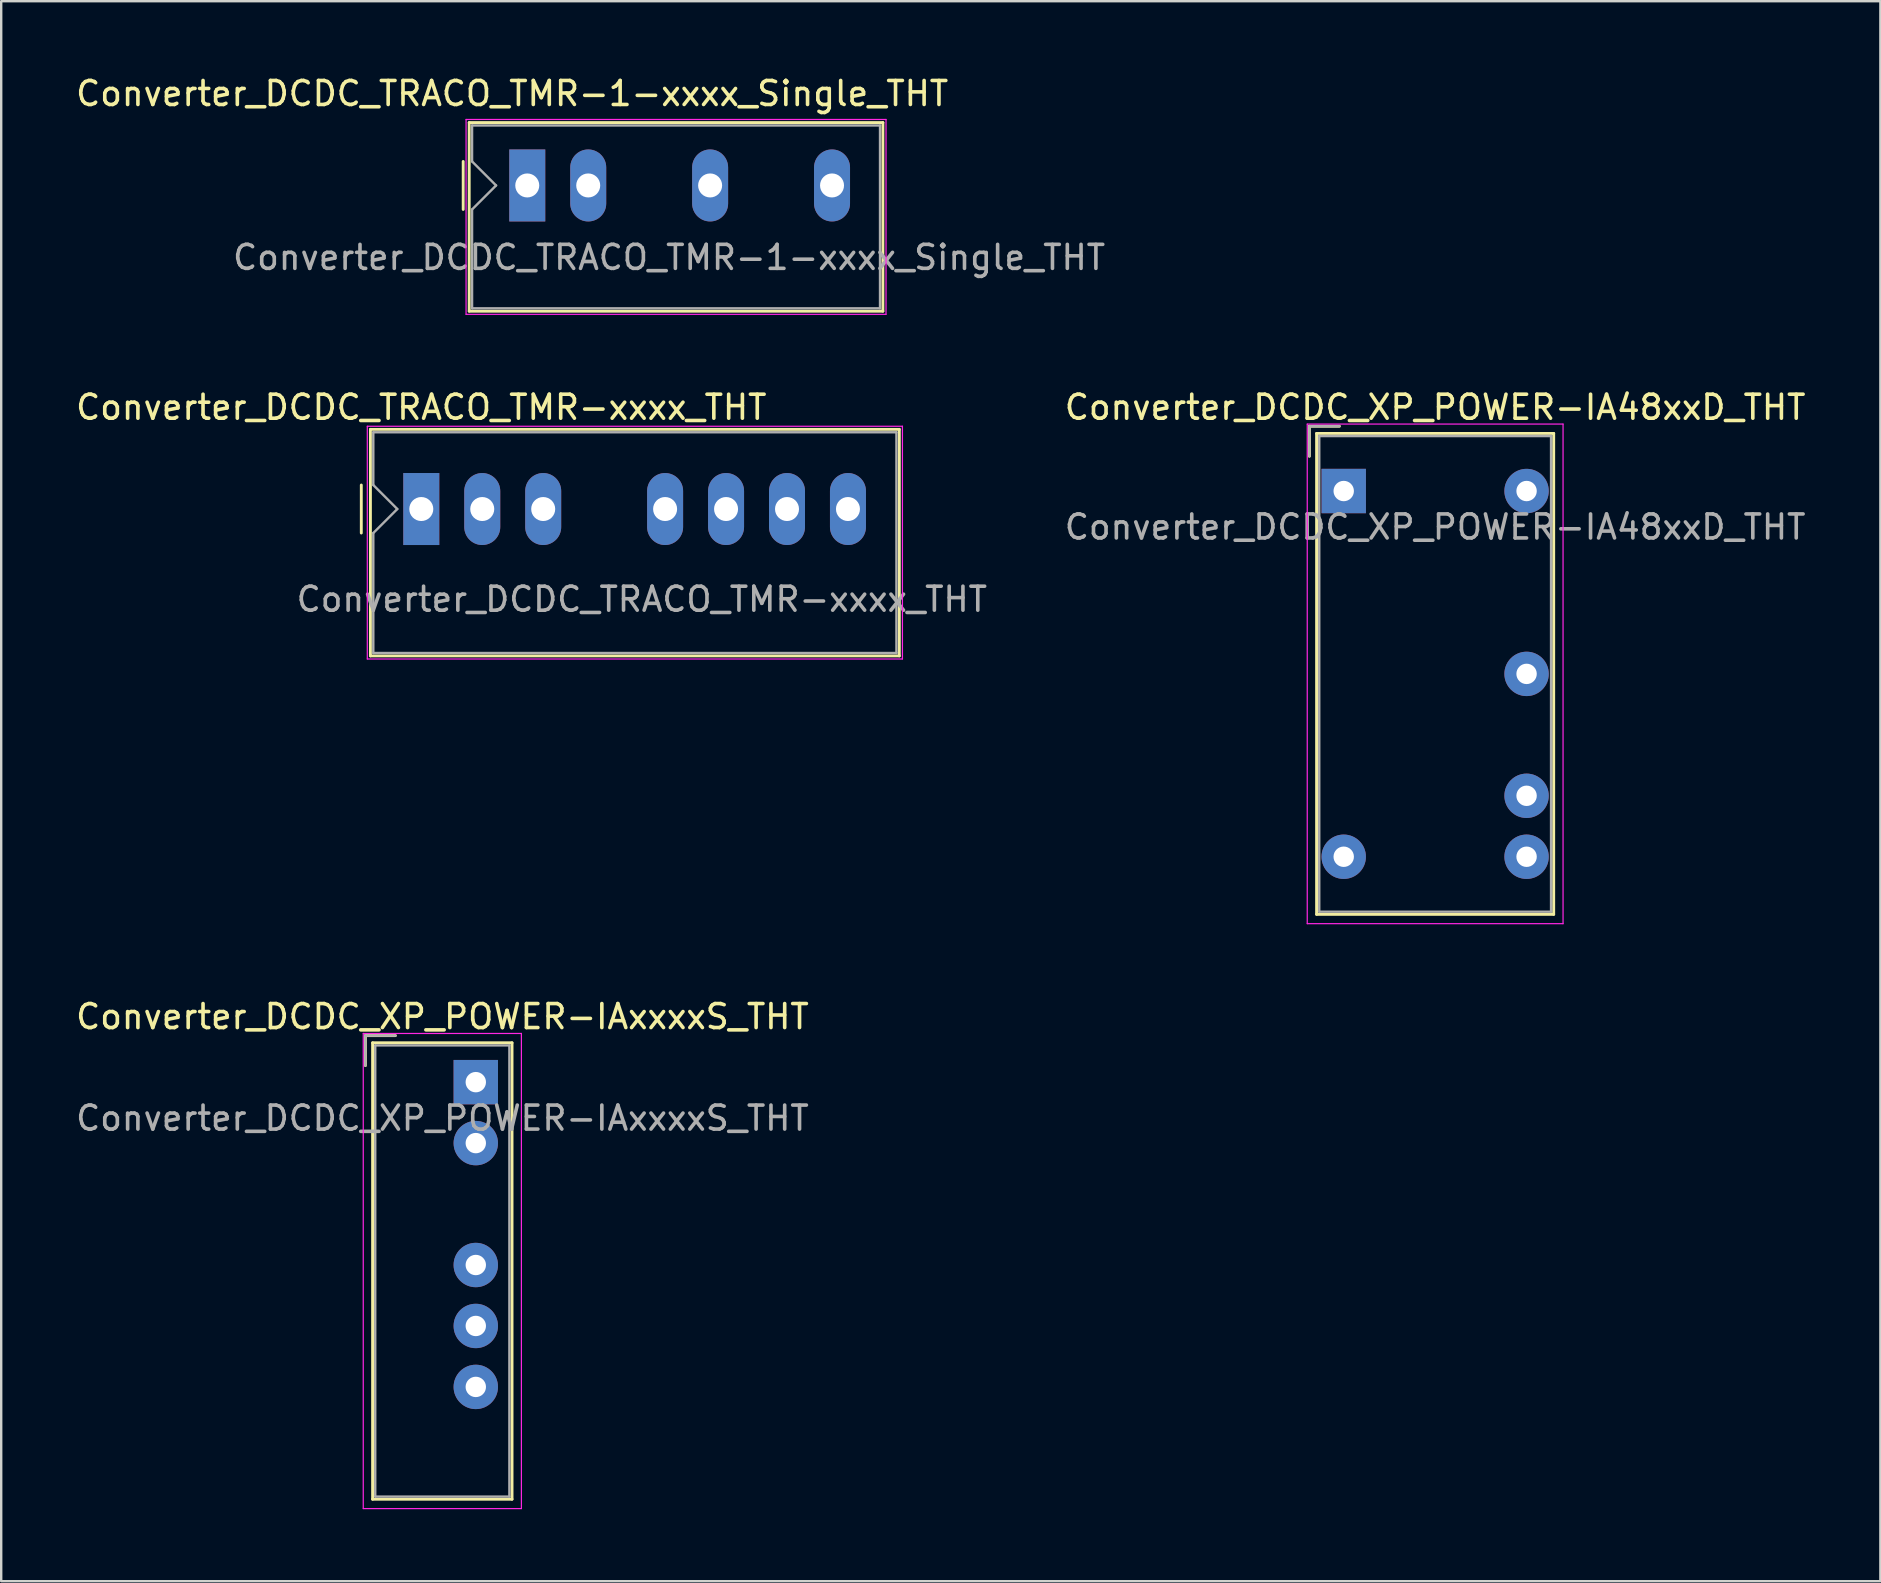
<source format=kicad_pcb>
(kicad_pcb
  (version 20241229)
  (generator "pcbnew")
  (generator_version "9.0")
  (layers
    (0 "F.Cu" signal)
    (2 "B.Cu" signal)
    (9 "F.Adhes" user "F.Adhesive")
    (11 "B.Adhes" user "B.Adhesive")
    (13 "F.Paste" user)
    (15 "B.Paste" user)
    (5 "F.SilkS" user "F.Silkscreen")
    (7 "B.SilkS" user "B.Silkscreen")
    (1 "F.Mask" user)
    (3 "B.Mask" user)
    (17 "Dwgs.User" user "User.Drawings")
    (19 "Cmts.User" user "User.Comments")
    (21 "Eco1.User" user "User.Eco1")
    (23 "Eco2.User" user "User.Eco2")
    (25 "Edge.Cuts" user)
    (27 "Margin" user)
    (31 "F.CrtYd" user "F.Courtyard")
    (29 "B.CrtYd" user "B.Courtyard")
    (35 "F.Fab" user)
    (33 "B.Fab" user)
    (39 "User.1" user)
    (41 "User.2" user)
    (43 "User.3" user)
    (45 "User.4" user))
  (footprint "Converter_DCDC_XP_POWER-IA48xxD_THT"
    (layer "F.Cu")
    (at 52.945 17.412)
    (property "Reference" "Converter_DCDC_XP_POWER-IA48xxD_THT" (at 3.81 -3.49 0) (layer "F.SilkS") (effects (font (size 1 1) (thickness 0.15))))
    (attr through_hole)
    (fp_line (start -1.43 -2.7) (end -1.43 -1.45) (stroke (width 0.12) (type solid)) (layer "F.SilkS"))
    (fp_line (start -1.13 -2.4) (end -1.13 17.64) (stroke (width 0.12) (type solid)) (layer "F.SilkS"))
    (fp_line (start -1.13 17.64) (end 8.75 17.64) (stroke (width 0.12) (type solid)) (layer "F.SilkS"))
    (fp_line (start -0.18 -2.7) (end -1.43 -2.7) (stroke (width 0.12) (type solid)) (layer "F.SilkS"))
    (fp_line (start 8.75 -2.4) (end -1.13 -2.4) (stroke (width 0.12) (type solid)) (layer "F.SilkS"))
    (fp_line (start 8.75 17.64) (end 8.75 -2.4) (stroke (width 0.12) (type solid)) (layer "F.SilkS"))
    (fp_line (start -1.52 -2.79) (end -1.52 18.03) (stroke (width 0.05) (type solid)) (layer "F.CrtYd"))
    (fp_line (start -1.52 18.03) (end 9.14 18.03) (stroke (width 0.05) (type solid)) (layer "F.CrtYd"))
    (fp_line (start 9.14 -2.79) (end -1.52 -2.79) (stroke (width 0.05) (type solid)) (layer "F.CrtYd"))
    (fp_line (start 9.14 18.03) (end 9.14 -2.79) (stroke (width 0.05) (type solid)) (layer "F.CrtYd"))
    (fp_line (start -1.43 -2.7) (end -1.43 -1.45) (stroke (width 0.1) (type solid)) (layer "F.Fab"))
    (fp_line (start -1.02 -2.29) (end -1.02 17.53) (stroke (width 0.1) (type solid)) (layer "F.Fab"))
    (fp_line (start -1.02 17.53) (end 8.64 17.53) (stroke (width 0.1) (type solid)) (layer "F.Fab"))
    (fp_line (start -0.18 -2.7) (end -1.43 -2.7) (stroke (width 0.1) (type solid)) (layer "F.Fab"))
    (fp_line (start 8.64 -2.29) (end -1.02 -2.29) (stroke (width 0.1) (type solid)) (layer "F.Fab"))
    (fp_line (start 8.64 17.53) (end 8.64 -2.29) (stroke (width 0.1) (type solid)) (layer "F.Fab"))
    (fp_text user "${REFERENCE}" (at 3.81 1.5 0) (layer "F.Fab") (effects (font (size 1 1) (thickness 0.15))))
    (pad "1" thru_hole rect (at 0 0) (size 1.85 1.85) (drill 0.85) (layers "*.Cu" "*.Mask"))
    (pad "2" thru_hole circle (at 0 15.24) (size 1.85 1.85) (drill 0.85) (layers "*.Cu" "*.Mask"))
    (pad "3" thru_hole circle (at 7.62 0) (size 1.85 1.85) (drill 0.85) (layers "*.Cu" "*.Mask"))
    (pad "4" thru_hole circle (at 7.62 7.62) (size 1.85 1.85) (drill 0.85) (layers "*.Cu" "*.Mask"))
    (pad "5" thru_hole circle (at 7.62 12.7) (size 1.85 1.85) (drill 0.85) (layers "*.Cu" "*.Mask"))
    (pad "6" thru_hole circle (at 7.62 15.24) (size 1.85 1.85) (drill 0.85) (layers "*.Cu" "*.Mask")))
  (footprint "Converter_DCDC_TRACO_TMR-1-xxxx_Single_THT"
    (layer "F.Cu")
    (at 18.922 4.678)
    (property "Reference" "Converter_DCDC_TRACO_TMR-1-xxxx_Single_THT" (at -0.63 -3.83 0) (layer "F.SilkS") (effects (font (size 1 1) (thickness 0.15))))
    (attr through_hole)
    (fp_line (start -2.67 -1) (end -2.67 1) (stroke (width 0.12) (type solid)) (layer "F.SilkS"))
    (fp_line (start -2.42 -2.62) (end 14.82 -2.62) (stroke (width 0.12) (type solid)) (layer "F.SilkS"))
    (fp_line (start -2.42 5.24) (end -2.42 -2.62) (stroke (width 0.12) (type solid)) (layer "F.SilkS"))
    (fp_line (start 14.82 -2.62) (end 14.82 5.24) (stroke (width 0.12) (type solid)) (layer "F.SilkS"))
    (fp_line (start 14.82 5.24) (end -2.42 5.24) (stroke (width 0.12) (type solid)) (layer "F.SilkS"))
    (fp_line (start -2.55 -2.75) (end -2.55 5.37) (stroke (width 0.05) (type solid)) (layer "F.CrtYd"))
    (fp_line (start -2.55 -2.75) (end 14.95 -2.75) (stroke (width 0.05) (type solid)) (layer "F.CrtYd"))
    (fp_line (start -2.55 5.37) (end 14.95 5.37) (stroke (width 0.05) (type solid)) (layer "F.CrtYd"))
    (fp_line (start 14.95 -2.75) (end 14.95 5.37) (stroke (width 0.05) (type solid)) (layer "F.CrtYd"))
    (fp_line (start -2.3 -1) (end -2.3 -2.5) (stroke (width 0.1) (type solid)) (layer "F.Fab"))
    (fp_line (start -2.3 -1) (end -1.3 0) (stroke (width 0.1) (type solid)) (layer "F.Fab"))
    (fp_line (start -2.3 1) (end -2.3 5.12) (stroke (width 0.1) (type solid)) (layer "F.Fab"))
    (fp_line (start -1.3 0) (end -2.3 1) (stroke (width 0.1) (type solid)) (layer "F.Fab"))
    (fp_line (start 14.7 -2.5) (end -2.3 -2.5) (stroke (width 0.1) (type solid)) (layer "F.Fab"))
    (fp_line (start 14.7 -2.5) (end 14.7 5.12) (stroke (width 0.1) (type solid)) (layer "F.Fab"))
    (fp_line (start 14.7 5.12) (end -2.3 5.12) (stroke (width 0.1) (type solid)) (layer "F.Fab"))
    (fp_text user "${REFERENCE}" (at 5.91 3 0) (layer "F.Fab") (effects (font (size 1 1) (thickness 0.15))))
    (pad "1" thru_hole rect (at 0 0) (size 1.5 3) (drill 1) (layers "*.Cu" "*.Mask"))
    (pad "2" thru_hole oval (at 2.54 0) (size 1.5 3) (drill 1) (layers "*.Cu" "*.Mask"))
    (pad "4" thru_hole oval (at 7.62 0) (size 1.5 3) (drill 1) (layers "*.Cu" "*.Mask"))
    (pad "6" thru_hole oval (at 12.7 0) (size 1.5 3) (drill 1) (layers "*.Cu" "*.Mask")))
  (footprint "Converter_DCDC_XP_POWER-IAxxxxS_THT"
    (layer "F.Cu")
    (at 16.777 42.045)
    (property "Reference" "Converter_DCDC_XP_POWER-IAxxxxS_THT" (at -1.39 -2.73 0) (layer "F.SilkS") (effects (font (size 1 1) (thickness 0.15))))
    (attr through_hole)
    (fp_line (start -4.6 -1.94) (end -4.6 -0.69) (stroke (width 0.12) (type solid)) (layer "F.SilkS"))
    (fp_line (start -4.3 -1.64) (end -4.3 17.38) (stroke (width 0.12) (type solid)) (layer "F.SilkS"))
    (fp_line (start -4.3 17.38) (end 1.51 17.38) (stroke (width 0.12) (type solid)) (layer "F.SilkS"))
    (fp_line (start -3.35 -1.94) (end -4.6 -1.94) (stroke (width 0.12) (type solid)) (layer "F.SilkS"))
    (fp_line (start 1.51 -1.64) (end -4.3 -1.64) (stroke (width 0.12) (type solid)) (layer "F.SilkS"))
    (fp_line (start 1.51 17.38) (end 1.51 -1.64) (stroke (width 0.12) (type solid)) (layer "F.SilkS"))
    (fp_line (start -4.69 -2.03) (end -4.69 17.77) (stroke (width 0.05) (type solid)) (layer "F.CrtYd"))
    (fp_line (start -4.69 17.77) (end 1.9 17.77) (stroke (width 0.05) (type solid)) (layer "F.CrtYd"))
    (fp_line (start 1.9 -2.03) (end -4.69 -2.03) (stroke (width 0.05) (type solid)) (layer "F.CrtYd"))
    (fp_line (start 1.9 17.77) (end 1.9 -2.03) (stroke (width 0.05) (type solid)) (layer "F.CrtYd"))
    (fp_line (start -4.6 -1.94) (end -4.6 -0.69) (stroke (width 0.1) (type solid)) (layer "F.Fab"))
    (fp_line (start -4.19 -1.53) (end -4.19 17.27) (stroke (width 0.1) (type solid)) (layer "F.Fab"))
    (fp_line (start -4.19 17.27) (end 1.4 17.27) (stroke (width 0.1) (type solid)) (layer "F.Fab"))
    (fp_line (start -3.35 -1.94) (end -4.6 -1.94) (stroke (width 0.1) (type solid)) (layer "F.Fab"))
    (fp_line (start 1.4 -1.53) (end -4.19 -1.53) (stroke (width 0.1) (type solid)) (layer "F.Fab"))
    (fp_line (start 1.4 17.27) (end 1.4 -1.53) (stroke (width 0.1) (type solid)) (layer "F.Fab"))
    (fp_text user "${REFERENCE}" (at -1.39 1.5 0) (layer "F.Fab") (effects (font (size 1 1) (thickness 0.15))))
    (pad "1" thru_hole rect (at 0 0) (size 1.85 1.85) (drill 0.85) (layers "*.Cu" "*.Mask"))
    (pad "2" thru_hole circle (at 0 2.54) (size 1.85 1.85) (drill 0.85) (layers "*.Cu" "*.Mask"))
    (pad "4" thru_hole circle (at 0 7.62) (size 1.85 1.85) (drill 0.85) (layers "*.Cu" "*.Mask"))
    (pad "5" thru_hole circle (at 0 10.16) (size 1.85 1.85) (drill 0.85) (layers "*.Cu" "*.Mask"))
    (pad "6" thru_hole circle (at 0 12.7) (size 1.85 1.85) (drill 0.85) (layers "*.Cu" "*.Mask")))
  (footprint "Converter_DCDC_TRACO_TMR-xxxx_THT"
    (layer "F.Cu")
    (at 14.506 18.162)
    (property "Reference" "Converter_DCDC_TRACO_TMR-xxxx_THT" (at 0 -4.24 0) (layer "F.SilkS") (effects (font (size 1 1) (thickness 0.15))))
    (attr through_hole)
    (fp_line (start -2.5 -1) (end -2.5 1) (stroke (width 0.12) (type solid)) (layer "F.SilkS"))
    (fp_line (start -2.12 -3.32) (end 19.92 -3.32) (stroke (width 0.12) (type solid)) (layer "F.SilkS"))
    (fp_line (start -2.12 6.12) (end -2.12 -3.32) (stroke (width 0.12) (type solid)) (layer "F.SilkS"))
    (fp_line (start 19.92 -3.32) (end 19.92 6.12) (stroke (width 0.12) (type solid)) (layer "F.SilkS"))
    (fp_line (start 19.92 6.12) (end -2.12 6.12) (stroke (width 0.12) (type solid)) (layer "F.SilkS"))
    (fp_line (start -2.25 -3.45) (end -2.25 6.25) (stroke (width 0.05) (type solid)) (layer "F.CrtYd"))
    (fp_line (start -2.25 -3.45) (end 20.05 -3.45) (stroke (width 0.05) (type solid)) (layer "F.CrtYd"))
    (fp_line (start -2.25 6.25) (end 20.05 6.25) (stroke (width 0.05) (type solid)) (layer "F.CrtYd"))
    (fp_line (start 20.05 -3.45) (end 20.05 6.25) (stroke (width 0.05) (type solid)) (layer "F.CrtYd"))
    (fp_line (start -2 -3.2) (end -2 -1) (stroke (width 0.1) (type solid)) (layer "F.Fab"))
    (fp_line (start -2 -1) (end -1 0) (stroke (width 0.1) (type solid)) (layer "F.Fab"))
    (fp_line (start -2 1) (end -2 6) (stroke (width 0.1) (type solid)) (layer "F.Fab"))
    (fp_line (start -2 1) (end -1 0) (stroke (width 0.1) (type solid)) (layer "F.Fab"))
    (fp_line (start 19.8 -3.2) (end -2 -3.2) (stroke (width 0.1) (type solid)) (layer "F.Fab"))
    (fp_line (start 19.8 -3.2) (end 19.8 6) (stroke (width 0.1) (type solid)) (layer "F.Fab"))
    (fp_line (start 19.8 6) (end -2 6) (stroke (width 0.1) (type solid)) (layer "F.Fab"))
    (fp_text user "${REFERENCE}" (at 9.19 3.76 0) (layer "F.Fab") (effects (font (size 1 1) (thickness 0.15))))
    (pad "1" thru_hole rect (at 0 0) (size 1.5 3) (drill 1) (layers "*.Cu" "*.Mask"))
    (pad "2" thru_hole oval (at 2.54 0) (size 1.5 3) (drill 1) (layers "*.Cu" "*.Mask"))
    (pad "3" thru_hole oval (at 5.08 0) (size 1.5 3) (drill 1) (layers "*.Cu" "*.Mask"))
    (pad "5" thru_hole oval (at 10.16 0) (size 1.5 3) (drill 1) (layers "*.Cu" "*.Mask"))
    (pad "6" thru_hole oval (at 12.7 0) (size 1.5 3) (drill 1) (layers "*.Cu" "*.Mask"))
    (pad "7" thru_hole oval (at 15.24 0) (size 1.5 3) (drill 1) (layers "*.Cu" "*.Mask"))
    (pad "8" thru_hole oval (at 17.78 0) (size 1.5 3) (drill 1) (layers "*.Cu" "*.Mask")))
  (gr_rect
    (start -3 -3)
    (end 75.309 62.84)
    (stroke (width 0.1) (type default))
    (fill no)
    (layer "Edge.Cuts")))
</source>
